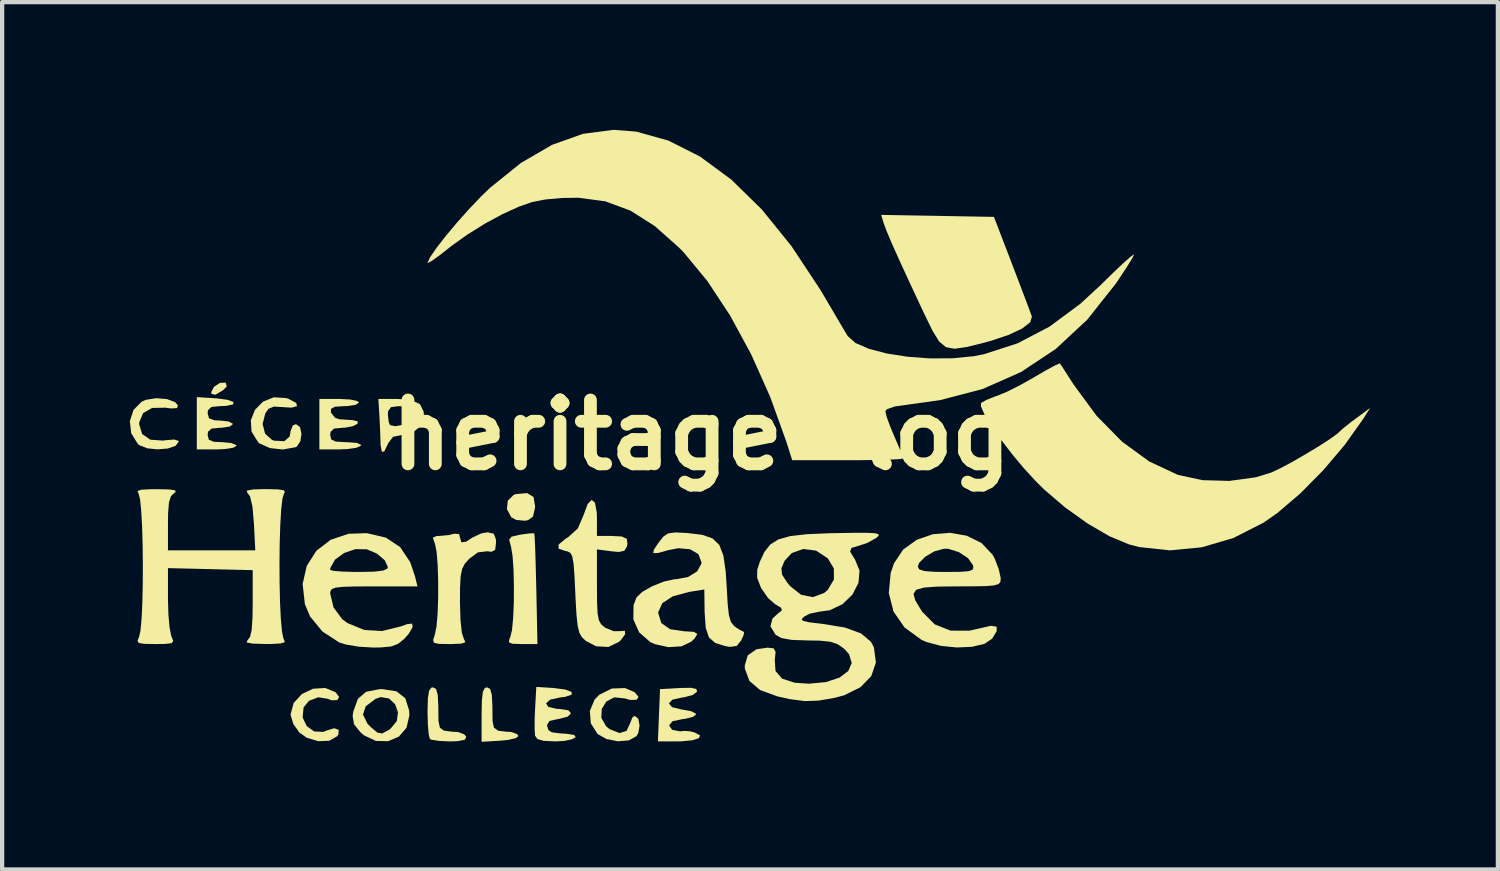
<source format=kicad_pcb>
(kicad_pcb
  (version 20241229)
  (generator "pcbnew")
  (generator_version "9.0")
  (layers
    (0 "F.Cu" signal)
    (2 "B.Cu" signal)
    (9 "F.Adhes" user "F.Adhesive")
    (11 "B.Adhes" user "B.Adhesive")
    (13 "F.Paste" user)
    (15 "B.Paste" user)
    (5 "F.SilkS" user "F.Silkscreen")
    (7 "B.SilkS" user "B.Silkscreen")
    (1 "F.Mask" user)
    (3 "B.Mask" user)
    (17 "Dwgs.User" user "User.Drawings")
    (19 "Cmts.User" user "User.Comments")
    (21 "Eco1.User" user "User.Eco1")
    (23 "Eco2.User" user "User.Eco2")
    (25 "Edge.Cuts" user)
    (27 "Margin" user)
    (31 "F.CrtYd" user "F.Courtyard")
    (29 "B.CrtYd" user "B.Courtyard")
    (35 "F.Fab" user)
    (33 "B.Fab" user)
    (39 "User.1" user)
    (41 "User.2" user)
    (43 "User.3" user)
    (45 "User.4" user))
  (footprint "heritage-logo"
    (layer "F.Cu")
    (at 14.103 7.166)
    (property "Reference" "heritage-logo" (at 0 0 0) (layer "F.SilkS") (effects (font (size 1.5 1.5) (thickness 0.3))))
    (attr board_only exclude_from_pos_files exclude_from_bom)
    (fp_poly (pts (xy -11.852 -1.227) (xy -11.827 -1.141) (xy -11.912 -1.053) (xy -12.094 -0.945) (xy -12.184 -0.965) (xy -12.192 -1.006) (xy -12.127 -1.131) (xy -11.988 -1.223) (xy -11.856 -1.229)) (stroke (width 0) (type solid)) (fill yes) (layer "F.SilkS"))
    (fp_poly (pts (xy -4.622 1.458) (xy -4.585 1.676) (xy -4.588 1.714) (xy -4.634 1.914) (xy -4.747 2) (xy -4.827 2.014) (xy -5.03 1.995) (xy -5.144 1.934) (xy -5.248 1.74) (xy -5.226 1.544) (xy -5.089 1.407) (xy -5.038 1.389) (xy -4.771 1.365)) (stroke (width 0) (type solid)) (fill yes) (layer "F.SilkS"))
    (fp_poly (pts (xy -5.641 5.966) (xy -5.602 6.104) (xy -5.588 6.373) (xy -5.588 6.435) (xy -5.585 6.719) (xy -5.552 6.875) (xy -5.456 6.945) (xy -5.264 6.969) (xy -5.145 6.976) (xy -5.008 7.026) (xy -4.976 7.07) (xy -5.039 7.121) (xy -5.225 7.163) (xy -5.397 7.18) (xy -5.842 7.206) (xy -5.842 6.566) (xy -5.835 6.23) (xy -5.812 6.032) (xy -5.765 5.942) (xy -5.715 5.927)) (stroke (width 0) (type solid)) (fill yes) (layer "F.SilkS"))
    (fp_poly (pts (xy -6.911 5.966) (xy -6.872 6.104) (xy -6.858 6.373) (xy -6.858 6.435) (xy -6.855 6.719) (xy -6.821 6.876) (xy -6.723 6.946) (xy -6.525 6.97) (xy -6.4 6.976) (xy -6.248 7.032) (xy -6.202 7.091) (xy -6.237 7.159) (xy -6.411 7.192) (xy -6.583 7.197) (xy -6.836 7.186) (xy -7.013 7.159) (xy -7.056 7.14) (xy -7.084 7.033) (xy -7.104 6.805) (xy -7.112 6.507) (xy -7.112 6.505) (xy -7.104 6.188) (xy -7.076 6.008) (xy -7.021 5.934) (xy -6.985 5.927)) (stroke (width 0) (type solid)) (fill yes) (layer "F.SilkS"))
    (fp_poly (pts (xy -4.604 2.31) (xy -4.596 2.397) (xy -4.585 2.624) (xy -4.574 2.96) (xy -4.563 3.377) (xy -4.557 3.62) (xy -4.53 4.911) (xy -4.892 4.911) (xy -5.115 4.904) (xy -5.202 4.869) (xy -5.187 4.786) (xy -5.168 4.747) (xy -5.128 4.585) (xy -5.101 4.3) (xy -5.085 3.938) (xy -5.083 3.543) (xy -5.092 3.162) (xy -5.115 2.841) (xy -5.15 2.625) (xy -5.159 2.598) (xy -5.195 2.459) (xy -5.14 2.389) (xy -4.955 2.345) (xy -4.93 2.341) (xy -4.726 2.313) (xy -4.611 2.308)) (stroke (width 0) (type solid)) (fill yes) (layer "F.SilkS"))
    (fp_poly (pts (xy 4.867 -5.146) (xy 6.191 -5.122) (xy 6.614 -4.022) (xy 6.771 -3.61) (xy 6.909 -3.247) (xy 7.015 -2.966) (xy 7.075 -2.8) (xy 7.083 -2.779) (xy 7.042 -2.645) (xy 6.851 -2.498) (xy 6.527 -2.347) (xy 6.088 -2.202) (xy 5.952 -2.165) (xy 5.55 -2.066) (xy 5.266 -2.025) (xy 5.064 -2.062) (xy 4.904 -2.195) (xy 4.751 -2.443) (xy 4.565 -2.824) (xy 4.549 -2.857) (xy 4.226 -3.547) (xy 3.974 -4.095) (xy 3.788 -4.51) (xy 3.665 -4.802) (xy 3.601 -4.976) (xy 3.543 -5.169)) (stroke (width 0) (type solid)) (fill yes) (layer "F.SilkS"))
    (fp_poly (pts (xy -9.274 6.041) (xy -9.188 6.153) (xy -9.232 6.227) (xy -9.367 6.231) (xy -9.46 6.195) (xy -9.678 6.161) (xy -9.895 6.243) (xy -10.023 6.397) (xy -10.045 6.636) (xy -9.949 6.838) (xy -9.773 6.963) (xy -9.558 6.973) (xy -9.481 6.942) (xy -9.304 6.888) (xy -9.198 6.926) (xy -9.205 7.034) (xy -9.235 7.077) (xy -9.421 7.182) (xy -9.678 7.192) (xy -9.945 7.112) (xy -10.122 6.989) (xy -10.266 6.783) (xy -10.329 6.569) (xy -10.329 6.562) (xy -10.255 6.293) (xy -10.062 6.084) (xy -9.8 5.96) (xy -9.515 5.942)) (stroke (width 0) (type solid)) (fill yes) (layer "F.SilkS"))
    (fp_poly (pts (xy -13.232 -0.843) (xy -13.04 -0.771) (xy -12.974 -0.696) (xy -12.994 -0.631) (xy -13.133 -0.623) (xy -13.27 -0.641) (xy -13.578 -0.635) (xy -13.791 -0.515) (xy -13.883 -0.297) (xy -13.885 -0.254) (xy -13.815 -0.023) (xy -13.622 0.111) (xy -13.328 0.132) (xy -13.281 0.125) (xy -13.061 0.107) (xy -12.957 0.14) (xy -12.954 0.153) (xy -13.028 0.255) (xy -13.212 0.318) (xy -13.453 0.338) (xy -13.694 0.313) (xy -13.883 0.239) (xy -13.916 0.211) (xy -14.072 -0.042) (xy -14.103 -0.326) (xy -14.017 -0.59) (xy -13.825 -0.782) (xy -13.729 -0.825) (xy -13.483 -0.864)) (stroke (width 0) (type solid)) (fill yes) (layer "F.SilkS"))
    (fp_poly (pts (xy -2.247 6.041) (xy -2.156 6.151) (xy -2.2 6.218) (xy -2.349 6.224) (xy -2.48 6.187) (xy -2.724 6.162) (xy -2.911 6.259) (xy -3.02 6.434) (xy -3.03 6.643) (xy -2.918 6.842) (xy -2.837 6.908) (xy -2.606 7.001) (xy -2.437 6.951) (xy -2.356 6.775) (xy -2.3 6.633) (xy -2.244 6.597) (xy -2.161 6.666) (xy -2.132 6.825) (xy -2.162 7) (xy -2.205 7.074) (xy -2.383 7.173) (xy -2.641 7.194) (xy -2.911 7.141) (xy -3.117 7.024) (xy -3.277 6.772) (xy -3.3 6.483) (xy -3.187 6.213) (xy -3.079 6.102) (xy -2.783 5.955) (xy -2.474 5.944)) (stroke (width 0) (type solid)) (fill yes) (layer "F.SilkS"))
    (fp_poly (pts (xy -10.428 -0.866) (xy -10.378 -0.849) (xy -10.197 -0.753) (xy -10.176 -0.678) (xy -10.302 -0.642) (xy -10.49 -0.653) (xy -10.719 -0.667) (xy -10.848 -0.614) (xy -10.921 -0.51) (xy -10.985 -0.258) (xy -10.927 -0.03) (xy -10.763 0.117) (xy -10.714 0.134) (xy -10.474 0.146) (xy -10.349 0.034) (xy -10.329 -0.09) (xy -10.275 -0.224) (xy -10.202 -0.254) (xy -10.108 -0.187) (xy -10.073 -0.03) (xy -10.098 0.146) (xy -10.181 0.272) (xy -10.209 0.287) (xy -10.505 0.341) (xy -10.813 0.308) (xy -11.058 0.199) (xy -11.091 0.169) (xy -11.246 -0.081) (xy -11.262 -0.346) (xy -11.164 -0.591) (xy -10.976 -0.782) (xy -10.723 -0.885)) (stroke (width 0) (type solid)) (fill yes) (layer "F.SilkS"))
    (fp_poly (pts (xy -12.065 -0.86) (xy -11.798 -0.824) (xy -11.667 -0.771) (xy -11.679 -0.718) (xy -11.843 -0.683) (xy -11.985 -0.677) (xy -12.187 -0.658) (xy -12.268 -0.581) (xy -12.277 -0.508) (xy -12.244 -0.391) (xy -12.114 -0.344) (xy -11.98 -0.339) (xy -11.784 -0.317) (xy -11.687 -0.265) (xy -11.684 -0.254) (xy -11.758 -0.198) (xy -11.941 -0.17) (xy -11.98 -0.169) (xy -12.185 -0.15) (xy -12.267 -0.076) (xy -12.277 0) (xy -12.248 0.111) (xy -12.133 0.16) (xy -11.938 0.169) (xy -11.726 0.188) (xy -11.608 0.235) (xy -11.599 0.254) (xy -11.676 0.3) (xy -11.873 0.331) (xy -12.065 0.339) (xy -12.531 0.339) (xy -12.531 -0.275) (xy -12.531 -0.889)) (stroke (width 0) (type solid)) (fill yes) (layer "F.SilkS"))
    (fp_poly (pts (xy -7.84 6.021) (xy -7.634 6.184) (xy -7.544 6.468) (xy -7.538 6.583) (xy -7.605 6.876) (xy -7.785 7.084) (xy -8.038 7.192) (xy -8.326 7.186) (xy -8.607 7.053) (xy -8.692 6.979) (xy -8.84 6.79) (xy -8.871 6.599) (xy -8.866 6.566) (xy -8.628 6.566) (xy -8.524 6.779) (xy -8.451 6.855) (xy -8.292 6.989) (xy -8.176 7.011) (xy -8.025 6.929) (xy -7.978 6.896) (xy -7.833 6.719) (xy -7.806 6.513) (xy -7.874 6.322) (xy -8.017 6.189) (xy -8.211 6.156) (xy -8.332 6.197) (xy -8.564 6.373) (xy -8.628 6.566) (xy -8.866 6.566) (xy -8.855 6.494) (xy -8.748 6.199) (xy -8.555 6.032) (xy -8.246 5.971) (xy -8.171 5.969)) (stroke (width 0) (type solid)) (fill yes) (layer "F.SilkS"))
    (fp_poly (pts (xy -0.798 5.966) (xy -0.781 6.028) (xy -0.882 6.107) (xy -1.083 6.16) (xy -1.128 6.165) (xy -1.364 6.218) (xy -1.443 6.305) (xy -1.368 6.393) (xy -1.139 6.449) (xy -1.122 6.451) (xy -0.918 6.488) (xy -0.809 6.546) (xy -0.804 6.562) (xy -0.879 6.622) (xy -1.065 6.667) (xy -1.122 6.673) (xy -1.358 6.723) (xy -1.439 6.82) (xy -1.439 6.821) (xy -1.367 6.925) (xy -1.181 6.961) (xy -1.071 6.95) (xy -0.937 6.962) (xy -0.837 6.988) (xy -0.712 7.055) (xy -0.736 7.119) (xy -0.888 7.17) (xy -1.149 7.195) (xy -1.236 7.197) (xy -1.701 7.197) (xy -1.676 6.583) (xy -1.651 5.969) (xy -1.198 5.943) (xy -0.928 5.938)) (stroke (width 0) (type solid)) (fill yes) (layer "F.SilkS"))
    (fp_poly (pts (xy -8.931 -0.833) (xy -8.762 -0.797) (xy -8.721 -0.762) (xy -8.796 -0.709) (xy -8.984 -0.68) (xy -9.066 -0.677) (xy -9.287 -0.664) (xy -9.378 -0.614) (xy -9.382 -0.529) (xy -9.284 -0.402) (xy -9.185 -0.369) (xy -8.958 -0.354) (xy -8.864 -0.348) (xy -8.746 -0.316) (xy -8.759 -0.261) (xy -8.871 -0.205) (xy -9.048 -0.171) (xy -9.107 -0.169) (xy -9.309 -0.15) (xy -9.389 -0.073) (xy -9.398 0) (xy -9.373 0.105) (xy -9.271 0.155) (xy -9.048 0.169) (xy -9.012 0.169) (xy -8.777 0.185) (xy -8.676 0.23) (xy -8.678 0.254) (xy -8.786 0.301) (xy -9.006 0.332) (xy -9.191 0.339) (xy -9.652 0.339) (xy -9.652 -0.254) (xy -9.652 -0.847) (xy -9.186 -0.847)) (stroke (width 0) (type solid)) (fill yes) (layer "F.SilkS"))
    (fp_poly (pts (xy -7.492 -0.818) (xy -7.289 -0.723) (xy -7.203 -0.548) (xy -7.197 -0.455) (xy -7.271 -0.21) (xy -7.471 -0.048) (xy -7.713 0) (xy -7.922 0.043) (xy -8.038 0.198) (xy -8.043 0.212) (xy -8.128 0.387) (xy -8.185 0.396) (xy -8.214 0.237) (xy -8.217 0.148) (xy -8.226 -0.123) (xy -8.241 -0.435) (xy -8.244 -0.48) (xy -8.043 -0.48) (xy -8.024 -0.305) (xy -7.993 -0.232) (xy -7.869 -0.205) (xy -7.684 -0.239) (xy -7.526 -0.316) (xy -7.509 -0.331) (xy -7.453 -0.472) (xy -7.532 -0.599) (xy -7.713 -0.672) (xy -7.787 -0.677) (xy -7.97 -0.654) (xy -8.038 -0.559) (xy -8.043 -0.48) (xy -8.244 -0.48) (xy -8.244 -0.487) (xy -8.266 -0.847) (xy -7.833 -0.847)) (stroke (width 0) (type solid)) (fill yes) (layer "F.SilkS"))
    (fp_poly (pts (xy -4.14 5.944) (xy -3.869 5.98) (xy -3.728 6.037) (xy -3.727 6.099) (xy -3.878 6.15) (xy -4 6.165) (xy -4.236 6.218) (xy -4.328 6.304) (xy -4.275 6.387) (xy -4.074 6.433) (xy -4.015 6.435) (xy -3.805 6.466) (xy -3.743 6.537) (xy -3.822 6.617) (xy -4.039 6.672) (xy -4.054 6.673) (xy -4.248 6.717) (xy -4.304 6.81) (xy -4.301 6.843) (xy -4.269 6.935) (xy -4.19 6.984) (xy -4.015 7.007) (xy -3.852 7.017) (xy -3.67 7.045) (xy -3.631 7.093) (xy -3.713 7.145) (xy -3.895 7.185) (xy -4.1 7.197) (xy -4.382 7.184) (xy -4.533 7.141) (xy -4.587 7.06) (xy -4.597 6.904) (xy -4.595 6.643) (xy -4.585 6.42) (xy -4.557 5.918)) (stroke (width 0) (type solid)) (fill yes) (layer "F.SilkS"))
    (fp_poly (pts (xy -5.556 2.319) (xy -5.506 2.451) (xy -5.503 2.528) (xy -5.523 2.698) (xy -5.611 2.744) (xy -5.71 2.731) (xy -5.931 2.758) (xy -6.133 2.908) (xy -6.236 3.023) (xy -6.299 3.146) (xy -6.334 3.319) (xy -6.348 3.584) (xy -6.35 3.916) (xy -6.338 4.35) (xy -6.305 4.653) (xy -6.252 4.806) (xy -6.248 4.809) (xy -6.224 4.869) (xy -6.32 4.901) (xy -6.56 4.911) (xy -6.585 4.911) (xy -6.84 4.907) (xy -6.96 4.881) (xy -6.98 4.813) (xy -6.941 4.693) (xy -6.901 4.501) (xy -6.875 4.194) (xy -6.862 3.82) (xy -6.862 3.423) (xy -6.874 3.049) (xy -6.899 2.744) (xy -6.937 2.554) (xy -6.946 2.534) (xy -6.987 2.413) (xy -6.903 2.373) (xy -6.826 2.371) (xy -6.606 2.35) (xy -6.484 2.319) (xy -6.371 2.327) (xy -6.35 2.404) (xy -6.317 2.52) (xy -6.205 2.507) (xy -6.059 2.41) (xy -5.845 2.31) (xy -5.699 2.286)) (stroke (width 0) (type solid)) (fill yes) (layer "F.SilkS"))
    (fp_poly (pts (xy -3.18 1.59) (xy -3.137 1.815) (xy -3.133 1.947) (xy -3.133 2.371) (xy -2.808 2.371) (xy -2.552 2.384) (xy -2.432 2.439) (xy -2.416 2.556) (xy -2.43 2.621) (xy -2.488 2.719) (xy -2.621 2.748) (xy -2.802 2.731) (xy -3.133 2.687) (xy -3.133 3.543) (xy -3.13 3.934) (xy -3.118 4.191) (xy -3.088 4.35) (xy -3.034 4.448) (xy -2.949 4.519) (xy -2.933 4.53) (xy -2.739 4.609) (xy -2.594 4.607) (xy -2.477 4.598) (xy -2.471 4.68) (xy -2.574 4.821) (xy -2.61 4.855) (xy -2.862 4.979) (xy -3.153 4.963) (xy -3.398 4.834) (xy -3.486 4.75) (xy -3.546 4.644) (xy -3.586 4.481) (xy -3.613 4.227) (xy -3.635 3.848) (xy -3.641 3.712) (xy -3.661 3.297) (xy -3.682 3.021) (xy -3.712 2.856) (xy -3.756 2.77) (xy -3.824 2.734) (xy -3.873 2.725) (xy -4.035 2.669) (xy -4.032 2.572) (xy -3.865 2.434) (xy -3.804 2.397) (xy -3.582 2.195) (xy -3.448 1.884) (xy -3.351 1.621) (xy -3.256 1.525)) (stroke (width 0) (type solid)) (fill yes) (layer "F.SilkS"))
    (fp_poly (pts (xy 7.742 -1.679) (xy 7.796 -1.599) (xy 7.914 -1.416) (xy 8.062 -1.185) (xy 8.602 -0.451) (xy 9.2 0.157) (xy 9.841 0.624) (xy 10.507 0.935) (xy 10.511 0.937) (xy 11.087 1.061) (xy 11.72 1.079) (xy 12.34 0.994) (xy 12.7 0.884) (xy 12.912 0.785) (xy 13.198 0.632) (xy 13.516 0.449) (xy 13.827 0.261) (xy 14.09 0.091) (xy 14.265 -0.037) (xy 14.309 -0.079) (xy 14.397 -0.159) (xy 14.573 -0.299) (xy 14.689 -0.385) (xy 15.027 -0.635) (xy 14.866 -0.381) (xy 14.437 0.224) (xy 13.931 0.822) (xy 13.389 1.371) (xy 12.849 1.832) (xy 12.521 2.061) (xy 11.814 2.42) (xy 11.072 2.638) (xy 10.323 2.71) (xy 9.598 2.632) (xy 9.358 2.568) (xy 8.905 2.379) (xy 8.395 2.082) (xy 7.869 1.707) (xy 7.372 1.282) (xy 7.197 1.11) (xy 6.904 0.793) (xy 6.616 0.448) (xy 6.352 0.103) (xy 6.13 -0.216) (xy 5.968 -0.484) (xy 5.885 -0.674) (xy 5.89 -0.753) (xy 6.018 -0.825) (xy 6.232 -0.91) (xy 6.276 -0.924) (xy 6.501 -1.017) (xy 6.805 -1.17) (xy 7.126 -1.35) (xy 7.15 -1.365) (xy 7.42 -1.522) (xy 7.626 -1.634) (xy 7.734 -1.68)) (stroke (width 0) (type solid)) (fill yes) (layer "F.SilkS"))
    (fp_poly (pts (xy -8.09 2.411) (xy -7.754 2.634) (xy -7.519 2.987) (xy -7.405 3.323) (xy -7.348 3.556) (xy -8.373 3.556) (xy -8.804 3.558) (xy -9.094 3.566) (xy -9.271 3.585) (xy -9.361 3.62) (xy -9.394 3.674) (xy -9.398 3.721) (xy -9.32 4.05) (xy -9.114 4.328) (xy -8.989 4.419) (xy -8.593 4.581) (xy -8.184 4.605) (xy -7.723 4.492) (xy -7.599 4.445) (xy -7.475 4.43) (xy -7.461 4.513) (xy -7.551 4.667) (xy -7.658 4.788) (xy -7.803 4.906) (xy -7.97 4.968) (xy -8.219 4.991) (xy -8.399 4.992) (xy -8.729 4.972) (xy -9.028 4.922) (xy -9.186 4.873) (xy -9.582 4.615) (xy -9.871 4.262) (xy -9.993 3.972) (xy -10.045 3.498) (xy -9.97 3.169) (xy -9.398 3.169) (xy -9.32 3.192) (xy -9.113 3.208) (xy -8.816 3.217) (xy -8.721 3.217) (xy -8.363 3.21) (xy -8.149 3.184) (xy -8.054 3.137) (xy -8.043 3.103) (xy -8.117 2.942) (xy -8.299 2.787) (xy -8.536 2.685) (xy -8.805 2.681) (xy -9.072 2.772) (xy -9.286 2.929) (xy -9.394 3.122) (xy -9.398 3.169) (xy -9.97 3.169) (xy -9.948 3.074) (xy -9.724 2.722) (xy -9.39 2.463) (xy -8.966 2.32) (xy -8.539 2.306)) (stroke (width 0) (type solid)) (fill yes) (layer "F.SilkS"))
    (fp_poly (pts (xy 5.552 2.366) (xy 5.897 2.536) (xy 6.157 2.81) (xy 6.211 2.908) (xy 6.304 3.15) (xy 6.349 3.357) (xy 6.35 3.378) (xy 6.342 3.453) (xy 6.298 3.503) (xy 6.19 3.534) (xy 5.991 3.55) (xy 5.672 3.555) (xy 5.334 3.556) (xy 4.863 3.561) (xy 4.545 3.584) (xy 4.364 3.637) (xy 4.302 3.732) (xy 4.343 3.882) (xy 4.471 4.097) (xy 4.511 4.157) (xy 4.799 4.447) (xy 5.171 4.595) (xy 5.611 4.597) (xy 5.839 4.546) (xy 6.119 4.482) (xy 6.255 4.502) (xy 6.255 4.61) (xy 6.148 4.785) (xy 5.968 4.906) (xy 5.675 4.975) (xy 5.318 4.991) (xy 4.945 4.953) (xy 4.603 4.862) (xy 4.488 4.81) (xy 4.091 4.521) (xy 3.833 4.148) (xy 3.722 3.713) (xy 3.766 3.242) (xy 3.817 3.092) (xy 4.403 3.092) (xy 4.436 3.157) (xy 4.557 3.196) (xy 4.795 3.214) (xy 5.072 3.217) (xy 5.406 3.214) (xy 5.602 3.198) (xy 5.692 3.162) (xy 5.708 3.098) (xy 5.701 3.063) (xy 5.584 2.894) (xy 5.367 2.751) (xy 5.119 2.674) (xy 5.02 2.671) (xy 4.795 2.732) (xy 4.581 2.857) (xy 4.434 3.004) (xy 4.403 3.092) (xy 3.817 3.092) (xy 3.843 3.016) (xy 4.06 2.691) (xy 4.376 2.463) (xy 4.755 2.331) (xy 5.159 2.298)) (stroke (width 0) (type solid)) (fill yes) (layer "F.SilkS"))
    (fp_poly (pts (xy -1.004 2.303) (xy -1 2.304) (xy -0.66 2.345) (xy -0.419 2.429) (xy -0.26 2.582) (xy -0.163 2.832) (xy -0.109 3.205) (xy -0.085 3.57) (xy -0.063 3.964) (xy -0.035 4.225) (xy 0.013 4.39) (xy 0.097 4.496) (xy 0.228 4.58) (xy 0.324 4.628) (xy 0.311 4.703) (xy 0.253 4.828) (xy 0.149 4.955) (xy -0.01 4.977) (xy -0.113 4.96) (xy -0.355 4.885) (xy -0.503 4.754) (xy -0.578 4.53) (xy -0.603 4.177) (xy -0.604 4.159) (xy -0.611 3.629) (xy -0.962 3.685) (xy -1.351 3.789) (xy -1.598 3.951) (xy -1.693 4.161) (xy -1.693 4.183) (xy -1.621 4.418) (xy -1.412 4.563) (xy -1.09 4.61) (xy -0.855 4.624) (xy -0.775 4.675) (xy -0.84 4.781) (xy -0.917 4.855) (xy -1.147 4.964) (xy -1.454 4.983) (xy -1.772 4.913) (xy -1.882 4.863) (xy -2.142 4.636) (xy -2.278 4.331) (xy -2.273 3.997) (xy -2.204 3.815) (xy -2.069 3.685) (xy -1.832 3.551) (xy -1.558 3.442) (xy -1.311 3.388) (xy -1.272 3.387) (xy -0.992 3.336) (xy -0.779 3.203) (xy -0.679 3.022) (xy -0.677 2.99) (xy -0.75 2.799) (xy -0.944 2.684) (xy -1.223 2.66) (xy -1.449 2.703) (xy -1.7 2.772) (xy -1.81 2.775) (xy -1.797 2.697) (xy -1.687 2.531) (xy -1.571 2.384) (xy -1.456 2.31) (xy -1.286 2.289)) (stroke (width 0) (type solid)) (fill yes) (layer "F.SilkS"))
    (fp_poly (pts (xy -10.632 1.277) (xy -10.485 1.3) (xy -10.461 1.346) (xy -10.482 1.372) (xy -10.519 1.492) (xy -10.549 1.749) (xy -10.57 2.11) (xy -10.584 2.542) (xy -10.589 3.012) (xy -10.586 3.487) (xy -10.576 3.935) (xy -10.557 4.322) (xy -10.53 4.617) (xy -10.495 4.786) (xy -10.482 4.809) (xy -10.462 4.865) (xy -10.557 4.896) (xy -10.789 4.909) (xy -10.926 4.909) (xy -11.224 4.9) (xy -11.361 4.873) (xy -11.345 4.828) (xy -11.282 4.746) (xy -11.242 4.579) (xy -11.223 4.296) (xy -11.218 3.961) (xy -11.218 3.175) (xy -12.213 3.151) (xy -13.208 3.127) (xy -13.208 3.855) (xy -13.198 4.209) (xy -13.172 4.511) (xy -13.134 4.712) (xy -13.12 4.747) (xy -13.084 4.84) (xy -13.124 4.889) (xy -13.273 4.908) (xy -13.504 4.911) (xy -13.77 4.906) (xy -13.898 4.883) (xy -13.923 4.828) (xy -13.888 4.747) (xy -13.854 4.599) (xy -13.828 4.322) (xy -13.81 3.948) (xy -13.8 3.51) (xy -13.798 3.04) (xy -13.803 2.573) (xy -13.816 2.139) (xy -13.837 1.774) (xy -13.864 1.508) (xy -13.899 1.376) (xy -13.902 1.372) (xy -13.922 1.316) (xy -13.827 1.285) (xy -13.595 1.273) (xy -13.458 1.273) (xy -13.169 1.28) (xy -13.033 1.302) (xy -13.032 1.343) (xy -13.06 1.361) (xy -13.139 1.44) (xy -13.185 1.586) (xy -13.205 1.838) (xy -13.208 2.079) (xy -13.208 2.709) (xy -12.183 2.709) (xy -11.157 2.709) (xy -11.19 2.07) (xy -11.224 1.681) (xy -11.28 1.444) (xy -11.347 1.352) (xy -11.357 1.306) (xy -11.206 1.279) (xy -10.926 1.271)) (stroke (width 0) (type solid)) (fill yes) (layer "F.SilkS"))
    (fp_poly (pts (xy -2.214 -7.126) (xy -1.457 -6.915) (xy -0.71 -6.538) (xy 0.023 -5.998) (xy 0.739 -5.297) (xy 1.434 -4.438) (xy 2.106 -3.423) (xy 2.203 -3.26) (xy 2.402 -2.922) (xy 2.578 -2.623) (xy 2.708 -2.404) (xy 2.757 -2.323) (xy 2.94 -2.16) (xy 3.258 -2.022) (xy 3.678 -1.913) (xy 4.167 -1.837) (xy 4.691 -1.798) (xy 5.219 -1.801) (xy 5.716 -1.85) (xy 5.958 -1.897) (xy 6.749 -2.154) (xy 7.497 -2.545) (xy 8.225 -3.085) (xy 8.7 -3.524) (xy 8.989 -3.808) (xy 9.23 -4.035) (xy 9.401 -4.187) (xy 9.48 -4.243) (xy 9.483 -4.241) (xy 9.438 -4.148) (xy 9.317 -3.951) (xy 9.142 -3.686) (xy 9.05 -3.55) (xy 8.384 -2.71) (xy 7.645 -2.021) (xy 6.826 -1.478) (xy 5.92 -1.078) (xy 4.919 -0.817) (xy 4.212 -0.719) (xy 3.86 -0.669) (xy 3.674 -0.604) (xy 3.641 -0.554) (xy 3.673 -0.422) (xy 3.757 -0.192) (xy 3.852 0.034) (xy 3.963 0.291) (xy 4.04 0.48) (xy 4.064 0.553) (xy 3.984 0.566) (xy 3.764 0.578) (xy 3.432 0.587) (xy 3.017 0.592) (xy 2.758 0.593) (xy 1.453 0.593) (xy 1.312 0.148) (xy 0.935 -0.897) (xy 0.491 -1.891) (xy -0.005 -2.805) (xy -0.537 -3.612) (xy -1.09 -4.283) (xy -1.197 -4.393) (xy -1.777 -4.909) (xy -2.348 -5.27) (xy -2.936 -5.487) (xy -3.567 -5.572) (xy -3.953 -5.566) (xy -4.346 -5.531) (xy -4.663 -5.468) (xy -4.979 -5.357) (xy -5.358 -5.183) (xy -5.758 -4.967) (xy -6.178 -4.705) (xy -6.536 -4.45) (xy -6.583 -4.413) (xy -6.826 -4.221) (xy -7.01 -4.089) (xy -7.105 -4.039) (xy -7.111 -4.043) (xy -7.055 -4.169) (xy -6.906 -4.387) (xy -6.687 -4.669) (xy -6.423 -4.984) (xy -6.137 -5.305) (xy -5.855 -5.601) (xy -5.646 -5.803) (xy -4.917 -6.39) (xy -4.187 -6.814) (xy -3.461 -7.073) (xy -2.743 -7.166)) (stroke (width 0) (type solid)) (fill yes) (layer "F.SilkS"))
    (fp_poly (pts (xy 3.398 2.308) (xy 3.481 2.33) (xy 3.482 2.367) (xy 3.429 2.417) (xy 3.212 2.538) (xy 3.027 2.598) (xy 2.847 2.652) (xy 2.813 2.738) (xy 2.91 2.898) (xy 2.924 2.916) (xy 3.035 3.186) (xy 3.009 3.475) (xy 2.868 3.749) (xy 2.635 3.974) (xy 2.333 4.117) (xy 2.095 4.149) (xy 1.865 4.197) (xy 1.739 4.263) (xy 1.675 4.324) (xy 1.704 4.366) (xy 1.85 4.399) (xy 2.138 4.434) (xy 2.163 4.436) (xy 2.693 4.523) (xy 3.069 4.661) (xy 3.301 4.855) (xy 3.372 4.989) (xy 3.419 5.345) (xy 3.311 5.661) (xy 3.06 5.922) (xy 2.676 6.113) (xy 2.454 6.173) (xy 2.075 6.239) (xy 1.75 6.25) (xy 1.4 6.205) (xy 1.104 6.139) (xy 0.699 5.991) (xy 0.447 5.776) (xy 0.342 5.49) (xy 0.339 5.412) (xy 0.409 5.175) (xy 0.614 5.033) (xy 0.878 4.995) (xy 1.019 5.012) (xy 1.063 5.097) (xy 1.044 5.28) (xy 1.061 5.543) (xy 1.215 5.722) (xy 1.511 5.819) (xy 1.843 5.842) (xy 2.25 5.803) (xy 2.565 5.698) (xy 2.77 5.543) (xy 2.851 5.355) (xy 2.789 5.149) (xy 2.673 5.021) (xy 2.525 4.916) (xy 2.352 4.857) (xy 2.102 4.831) (xy 1.822 4.826) (xy 1.443 4.813) (xy 1.201 4.77) (xy 1.064 4.693) (xy 0.942 4.495) (xy 0.989 4.312) (xy 1.1 4.21) (xy 1.211 4.119) (xy 1.19 4.056) (xy 1.061 3.981) (xy 0.886 3.83) (xy 0.73 3.606) (xy 0.715 3.577) (xy 0.629 3.352) (xy 0.633 3.163) (xy 0.643 3.131) (xy 1.2 3.131) (xy 1.214 3.279) (xy 1.33 3.458) (xy 1.405 3.55) (xy 1.662 3.754) (xy 1.94 3.808) (xy 2.206 3.709) (xy 2.286 3.641) (xy 2.433 3.395) (xy 2.431 3.135) (xy 2.29 2.898) (xy 2.023 2.722) (xy 2.004 2.715) (xy 1.711 2.678) (xy 1.444 2.773) (xy 1.275 2.954) (xy 1.2 3.131) (xy 0.643 3.131) (xy 0.69 2.985) (xy 0.8 2.747) (xy 0.938 2.573) (xy 1.131 2.452) (xy 1.407 2.375) (xy 1.792 2.331) (xy 2.314 2.308) (xy 2.44 2.306) (xy 2.9 2.298) (xy 3.212 2.298)) (stroke (width 0) (type solid)) (fill yes) (layer "F.SilkS")))
  (gr_rect
    (start -3 -3)
    (end 32.13 17.371)
    (stroke (width 0.1) (type default))
    (fill no)
    (layer "Edge.Cuts")))
</source>
